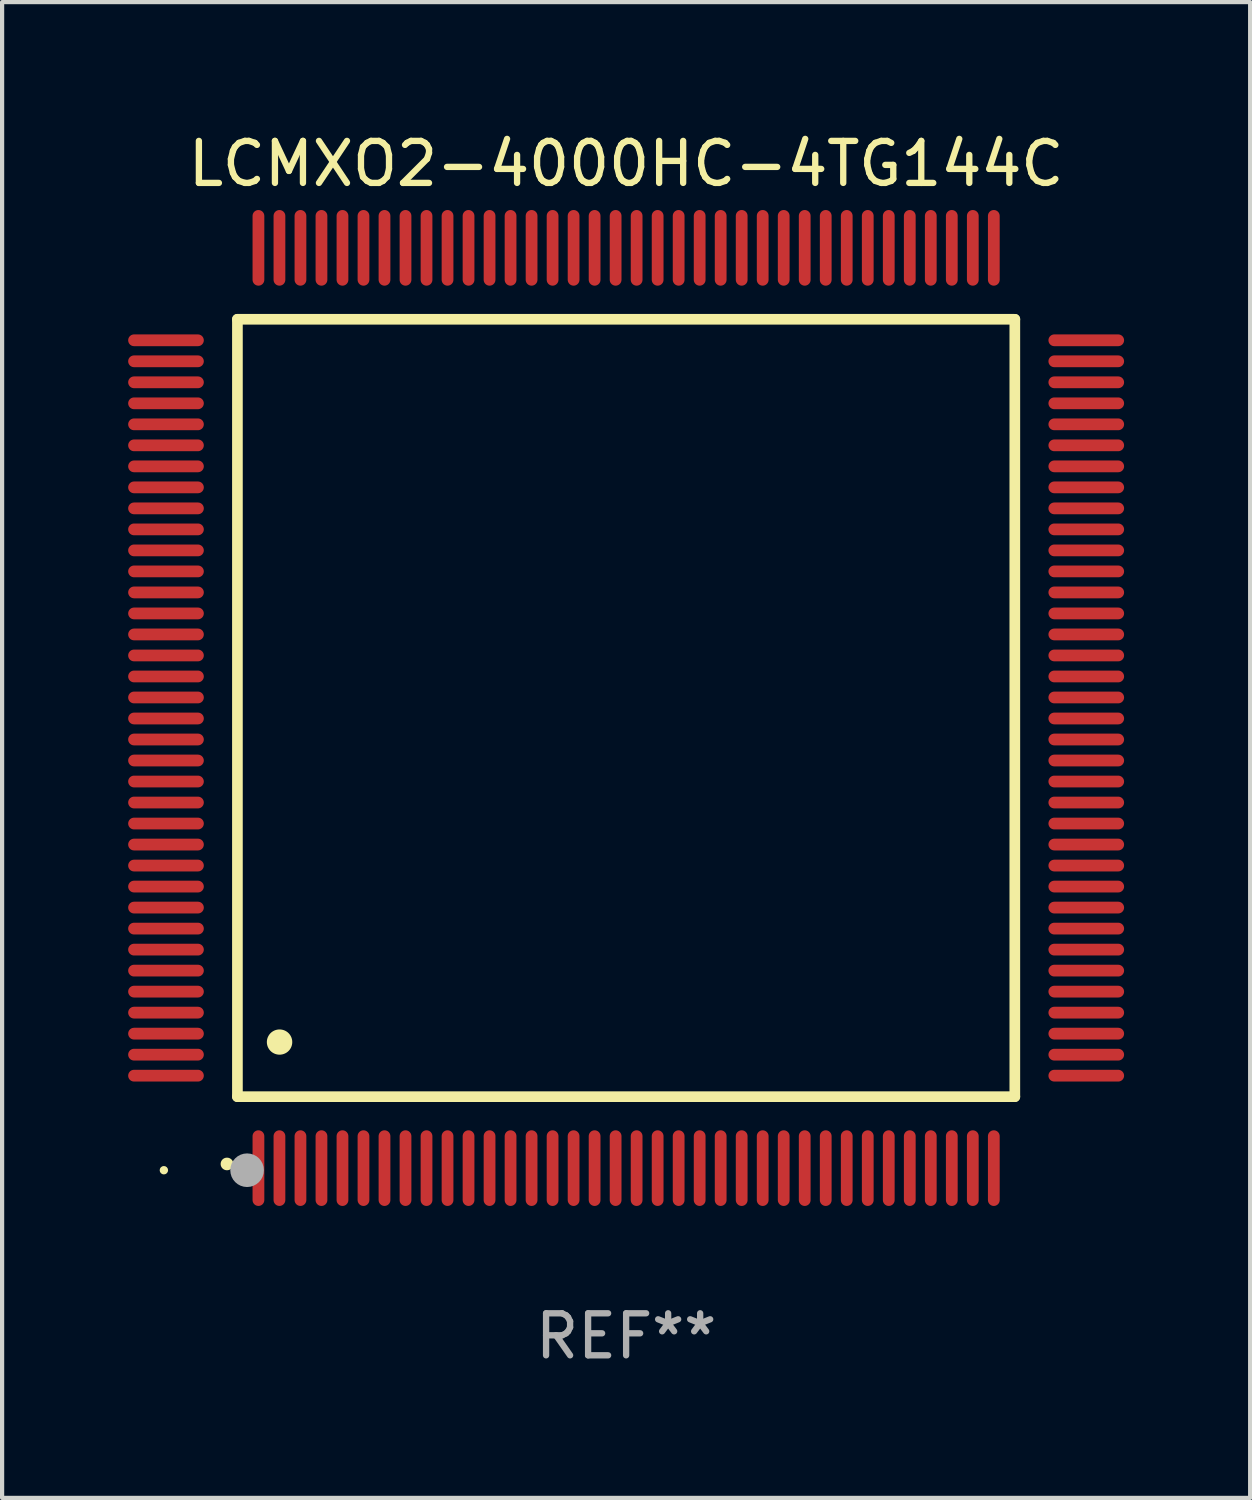
<source format=kicad_pcb>
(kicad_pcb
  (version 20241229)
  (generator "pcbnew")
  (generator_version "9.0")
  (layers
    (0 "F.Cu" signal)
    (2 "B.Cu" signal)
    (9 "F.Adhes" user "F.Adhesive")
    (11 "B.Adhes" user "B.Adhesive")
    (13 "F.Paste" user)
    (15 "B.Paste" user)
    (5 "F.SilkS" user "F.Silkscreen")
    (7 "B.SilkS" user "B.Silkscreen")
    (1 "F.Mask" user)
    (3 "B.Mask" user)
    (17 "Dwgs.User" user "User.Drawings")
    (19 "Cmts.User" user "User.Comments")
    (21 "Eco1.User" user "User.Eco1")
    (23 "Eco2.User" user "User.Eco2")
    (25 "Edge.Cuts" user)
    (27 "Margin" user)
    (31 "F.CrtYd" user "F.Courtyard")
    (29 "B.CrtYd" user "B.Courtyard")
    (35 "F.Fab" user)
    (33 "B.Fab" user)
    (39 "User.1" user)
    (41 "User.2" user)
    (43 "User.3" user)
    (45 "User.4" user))
  (footprint "LCMXO2-4000HC-4TG144C"
    (layer "F.Cu")
    (at 11.85 13.798)
    (property "Reference" "LCMXO2-4000HC-4TG144C" (at 0 -12.95 0) (layer "F.SilkS") (effects (font (size 1 1) (thickness 0.15))))
    (attr through_hole)
    (fp_line (start -9.25 -9.25) (end -9.25 9.25) (stroke (width 0.254) (type solid)) (layer "F.SilkS"))
    (fp_line (start -9.25 9.25) (end 9.25 9.25) (stroke (width 0.254) (type solid)) (layer "F.SilkS"))
    (fp_line (start 9.25 -9.25) (end -9.25 -9.25) (stroke (width 0.254) (type solid)) (layer "F.SilkS"))
    (fp_line (start 9.25 9.25) (end 9.25 -9.25) (stroke (width 0.254) (type solid)) (layer "F.SilkS"))
    (fp_arc (start -9.499619 10.850902) (mid -9.498349 10.850897) (end -9.497079 10.850902) (stroke (width 0.3) (type solid)) (layer "F.SilkS"))
    (fp_arc (start -8.249936 7.950216) (mid -8.247396 7.950205) (end -8.244856 7.950216) (stroke (width 0.6) (type solid)) (layer "F.SilkS"))
    (fp_circle (center -11 11) (end -10.95 11) (stroke (width 0.1) (type solid)) (fill no) (layer "F.SilkS"))
    (fp_circle (center -9.02 11) (end -8.82 11) (stroke (width 0.4) (type solid)) (fill no) (layer "F.Fab"))
    (fp_text user "REF**" (at 0 14.95 0) (layer "F.Fab") (effects (font (size 1 1) (thickness 0.15))))
    (pad "1" smd oval (at -8.75 10.95) (size 0.28 1.8) (layers "F.Cu" "F.Mask" "F.Paste"))
    (pad "2" smd oval (at -8.25 10.95) (size 0.28 1.8) (layers "F.Cu" "F.Mask" "F.Paste"))
    (pad "3" smd oval (at -7.75 10.95) (size 0.28 1.8) (layers "F.Cu" "F.Mask" "F.Paste"))
    (pad "4" smd oval (at -7.25 10.95) (size 0.28 1.8) (layers "F.Cu" "F.Mask" "F.Paste"))
    (pad "5" smd oval (at -6.75 10.95) (size 0.28 1.8) (layers "F.Cu" "F.Mask" "F.Paste"))
    (pad "6" smd oval (at -6.25 10.95) (size 0.28 1.8) (layers "F.Cu" "F.Mask" "F.Paste"))
    (pad "7" smd oval (at -5.75 10.95) (size 0.28 1.8) (layers "F.Cu" "F.Mask" "F.Paste"))
    (pad "8" smd oval (at -5.25 10.95) (size 0.28 1.8) (layers "F.Cu" "F.Mask" "F.Paste"))
    (pad "9" smd oval (at -4.75 10.95) (size 0.28 1.8) (layers "F.Cu" "F.Mask" "F.Paste"))
    (pad "10" smd oval (at -4.25 10.95) (size 0.28 1.8) (layers "F.Cu" "F.Mask" "F.Paste"))
    (pad "11" smd oval (at -3.75 10.95) (size 0.28 1.8) (layers "F.Cu" "F.Mask" "F.Paste"))
    (pad "12" smd oval (at -3.25 10.95) (size 0.28 1.8) (layers "F.Cu" "F.Mask" "F.Paste"))
    (pad "13" smd oval (at -2.75 10.95) (size 0.28 1.8) (layers "F.Cu" "F.Mask" "F.Paste"))
    (pad "14" smd oval (at -2.25 10.95) (size 0.28 1.8) (layers "F.Cu" "F.Mask" "F.Paste"))
    (pad "15" smd oval (at -1.75 10.95) (size 0.28 1.8) (layers "F.Cu" "F.Mask" "F.Paste"))
    (pad "16" smd oval (at -1.25 10.95) (size 0.28 1.8) (layers "F.Cu" "F.Mask" "F.Paste"))
    (pad "17" smd oval (at -0.75 10.95) (size 0.28 1.8) (layers "F.Cu" "F.Mask" "F.Paste"))
    (pad "18" smd oval (at -0.25 10.95) (size 0.28 1.8) (layers "F.Cu" "F.Mask" "F.Paste"))
    (pad "19" smd oval (at 0.25 10.95) (size 0.28 1.8) (layers "F.Cu" "F.Mask" "F.Paste"))
    (pad "20" smd oval (at 0.75 10.95) (size 0.28 1.8) (layers "F.Cu" "F.Mask" "F.Paste"))
    (pad "21" smd oval (at 1.25 10.95) (size 0.28 1.8) (layers "F.Cu" "F.Mask" "F.Paste"))
    (pad "22" smd oval (at 1.75 10.95) (size 0.28 1.8) (layers "F.Cu" "F.Mask" "F.Paste"))
    (pad "23" smd oval (at 2.25 10.95) (size 0.28 1.8) (layers "F.Cu" "F.Mask" "F.Paste"))
    (pad "24" smd oval (at 2.75 10.95) (size 0.28 1.8) (layers "F.Cu" "F.Mask" "F.Paste"))
    (pad "25" smd oval (at 3.25 10.95) (size 0.28 1.8) (layers "F.Cu" "F.Mask" "F.Paste"))
    (pad "26" smd oval (at 3.75 10.95) (size 0.28 1.8) (layers "F.Cu" "F.Mask" "F.Paste"))
    (pad "27" smd oval (at 4.25 10.95) (size 0.28 1.8) (layers "F.Cu" "F.Mask" "F.Paste"))
    (pad "28" smd oval (at 4.75 10.95) (size 0.28 1.8) (layers "F.Cu" "F.Mask" "F.Paste"))
    (pad "29" smd oval (at 5.25 10.95) (size 0.28 1.8) (layers "F.Cu" "F.Mask" "F.Paste"))
    (pad "30" smd oval (at 5.75 10.95) (size 0.28 1.8) (layers "F.Cu" "F.Mask" "F.Paste"))
    (pad "31" smd oval (at 6.25 10.95) (size 0.28 1.8) (layers "F.Cu" "F.Mask" "F.Paste"))
    (pad "32" smd oval (at 6.75 10.95) (size 0.28 1.8) (layers "F.Cu" "F.Mask" "F.Paste"))
    (pad "33" smd oval (at 7.25 10.95) (size 0.28 1.8) (layers "F.Cu" "F.Mask" "F.Paste"))
    (pad "34" smd oval (at 7.75 10.95) (size 0.28 1.8) (layers "F.Cu" "F.Mask" "F.Paste"))
    (pad "35" smd oval (at 8.25 10.95) (size 0.28 1.8) (layers "F.Cu" "F.Mask" "F.Paste"))
    (pad "36" smd oval (at 8.75 10.95) (size 0.28 1.8) (layers "F.Cu" "F.Mask" "F.Paste"))
    (pad "37" smd oval (at 10.95 8.75) (size 1.8 0.28) (layers "F.Cu" "F.Mask" "F.Paste"))
    (pad "38" smd oval (at 10.95 8.25) (size 1.8 0.28) (layers "F.Cu" "F.Mask" "F.Paste"))
    (pad "39" smd oval (at 10.95 7.75) (size 1.8 0.28) (layers "F.Cu" "F.Mask" "F.Paste"))
    (pad "40" smd oval (at 10.95 7.25) (size 1.8 0.28) (layers "F.Cu" "F.Mask" "F.Paste"))
    (pad "41" smd oval (at 10.95 6.75) (size 1.8 0.28) (layers "F.Cu" "F.Mask" "F.Paste"))
    (pad "42" smd oval (at 10.95 6.25) (size 1.8 0.28) (layers "F.Cu" "F.Mask" "F.Paste"))
    (pad "43" smd oval (at 10.95 5.75) (size 1.8 0.28) (layers "F.Cu" "F.Mask" "F.Paste"))
    (pad "44" smd oval (at 10.95 5.25) (size 1.8 0.28) (layers "F.Cu" "F.Mask" "F.Paste"))
    (pad "45" smd oval (at 10.95 4.75) (size 1.8 0.28) (layers "F.Cu" "F.Mask" "F.Paste"))
    (pad "46" smd oval (at 10.95 4.25) (size 1.8 0.28) (layers "F.Cu" "F.Mask" "F.Paste"))
    (pad "47" smd oval (at 10.95 3.75) (size 1.8 0.28) (layers "F.Cu" "F.Mask" "F.Paste"))
    (pad "48" smd oval (at 10.95 3.25) (size 1.8 0.28) (layers "F.Cu" "F.Mask" "F.Paste"))
    (pad "49" smd oval (at 10.95 2.75) (size 1.8 0.28) (layers "F.Cu" "F.Mask" "F.Paste"))
    (pad "50" smd oval (at 10.95 2.25) (size 1.8 0.28) (layers "F.Cu" "F.Mask" "F.Paste"))
    (pad "51" smd oval (at 10.95 1.75) (size 1.8 0.28) (layers "F.Cu" "F.Mask" "F.Paste"))
    (pad "52" smd oval (at 10.95 1.25) (size 1.8 0.28) (layers "F.Cu" "F.Mask" "F.Paste"))
    (pad "53" smd oval (at 10.95 0.75) (size 1.8 0.28) (layers "F.Cu" "F.Mask" "F.Paste"))
    (pad "54" smd oval (at 10.95 0.25) (size 1.8 0.28) (layers "F.Cu" "F.Mask" "F.Paste"))
    (pad "55" smd oval (at 10.95 -0.25) (size 1.8 0.28) (layers "F.Cu" "F.Mask" "F.Paste"))
    (pad "56" smd oval (at 10.95 -0.75) (size 1.8 0.28) (layers "F.Cu" "F.Mask" "F.Paste"))
    (pad "57" smd oval (at 10.95 -1.25) (size 1.8 0.28) (layers "F.Cu" "F.Mask" "F.Paste"))
    (pad "58" smd oval (at 10.95 -1.75) (size 1.8 0.28) (layers "F.Cu" "F.Mask" "F.Paste"))
    (pad "59" smd oval (at 10.95 -2.25) (size 1.8 0.28) (layers "F.Cu" "F.Mask" "F.Paste"))
    (pad "60" smd oval (at 10.95 -2.75) (size 1.8 0.28) (layers "F.Cu" "F.Mask" "F.Paste"))
    (pad "61" smd oval (at 10.95 -3.25) (size 1.8 0.28) (layers "F.Cu" "F.Mask" "F.Paste"))
    (pad "62" smd oval (at 10.95 -3.75) (size 1.8 0.28) (layers "F.Cu" "F.Mask" "F.Paste"))
    (pad "63" smd oval (at 10.95 -4.25) (size 1.8 0.28) (layers "F.Cu" "F.Mask" "F.Paste"))
    (pad "64" smd oval (at 10.95 -4.75) (size 1.8 0.28) (layers "F.Cu" "F.Mask" "F.Paste"))
    (pad "65" smd oval (at 10.95 -5.25) (size 1.8 0.28) (layers "F.Cu" "F.Mask" "F.Paste"))
    (pad "66" smd oval (at 10.95 -5.75) (size 1.8 0.28) (layers "F.Cu" "F.Mask" "F.Paste"))
    (pad "67" smd oval (at 10.95 -6.25) (size 1.8 0.28) (layers "F.Cu" "F.Mask" "F.Paste"))
    (pad "68" smd oval (at 10.95 -6.75) (size 1.8 0.28) (layers "F.Cu" "F.Mask" "F.Paste"))
    (pad "69" smd oval (at 10.95 -7.25) (size 1.8 0.28) (layers "F.Cu" "F.Mask" "F.Paste"))
    (pad "70" smd oval (at 10.95 -7.75) (size 1.8 0.28) (layers "F.Cu" "F.Mask" "F.Paste"))
    (pad "71" smd oval (at 10.95 -8.25) (size 1.8 0.28) (layers "F.Cu" "F.Mask" "F.Paste"))
    (pad "72" smd oval (at 10.95 -8.75) (size 1.8 0.28) (layers "F.Cu" "F.Mask" "F.Paste"))
    (pad "73" smd oval (at 8.75 -10.95) (size 0.28 1.8) (layers "F.Cu" "F.Mask" "F.Paste"))
    (pad "74" smd oval (at 8.25 -10.95) (size 0.28 1.8) (layers "F.Cu" "F.Mask" "F.Paste"))
    (pad "75" smd oval (at 7.75 -10.95) (size 0.28 1.8) (layers "F.Cu" "F.Mask" "F.Paste"))
    (pad "76" smd oval (at 7.25 -10.95) (size 0.28 1.8) (layers "F.Cu" "F.Mask" "F.Paste"))
    (pad "77" smd oval (at 6.75 -10.95) (size 0.28 1.8) (layers "F.Cu" "F.Mask" "F.Paste"))
    (pad "78" smd oval (at 6.25 -10.95) (size 0.28 1.8) (layers "F.Cu" "F.Mask" "F.Paste"))
    (pad "79" smd oval (at 5.75 -10.95) (size 0.28 1.8) (layers "F.Cu" "F.Mask" "F.Paste"))
    (pad "80" smd oval (at 5.25 -10.95) (size 0.28 1.8) (layers "F.Cu" "F.Mask" "F.Paste"))
    (pad "81" smd oval (at 4.75 -10.95) (size 0.28 1.8) (layers "F.Cu" "F.Mask" "F.Paste"))
    (pad "82" smd oval (at 4.25 -10.95) (size 0.28 1.8) (layers "F.Cu" "F.Mask" "F.Paste"))
    (pad "83" smd oval (at 3.75 -10.95) (size 0.28 1.8) (layers "F.Cu" "F.Mask" "F.Paste"))
    (pad "84" smd oval (at 3.25 -10.95) (size 0.28 1.8) (layers "F.Cu" "F.Mask" "F.Paste"))
    (pad "85" smd oval (at 2.75 -10.95) (size 0.28 1.8) (layers "F.Cu" "F.Mask" "F.Paste"))
    (pad "86" smd oval (at 2.25 -10.95) (size 0.28 1.8) (layers "F.Cu" "F.Mask" "F.Paste"))
    (pad "87" smd oval (at 1.75 -10.95) (size 0.28 1.8) (layers "F.Cu" "F.Mask" "F.Paste"))
    (pad "88" smd oval (at 1.25 -10.95) (size 0.28 1.8) (layers "F.Cu" "F.Mask" "F.Paste"))
    (pad "89" smd oval (at 0.75 -10.95) (size 0.28 1.8) (layers "F.Cu" "F.Mask" "F.Paste"))
    (pad "90" smd oval (at 0.25 -10.95) (size 0.28 1.8) (layers "F.Cu" "F.Mask" "F.Paste"))
    (pad "91" smd oval (at -0.25 -10.95) (size 0.28 1.8) (layers "F.Cu" "F.Mask" "F.Paste"))
    (pad "92" smd oval (at -0.75 -10.95) (size 0.28 1.8) (layers "F.Cu" "F.Mask" "F.Paste"))
    (pad "93" smd oval (at -1.25 -10.95) (size 0.28 1.8) (layers "F.Cu" "F.Mask" "F.Paste"))
    (pad "94" smd oval (at -1.75 -10.95) (size 0.28 1.8) (layers "F.Cu" "F.Mask" "F.Paste"))
    (pad "95" smd oval (at -2.25 -10.95) (size 0.28 1.8) (layers "F.Cu" "F.Mask" "F.Paste"))
    (pad "96" smd oval (at -2.75 -10.95) (size 0.28 1.8) (layers "F.Cu" "F.Mask" "F.Paste"))
    (pad "97" smd oval (at -3.25 -10.95) (size 0.28 1.8) (layers "F.Cu" "F.Mask" "F.Paste"))
    (pad "98" smd oval (at -3.75 -10.95) (size 0.28 1.8) (layers "F.Cu" "F.Mask" "F.Paste"))
    (pad "99" smd oval (at -4.25 -10.95) (size 0.28 1.8) (layers "F.Cu" "F.Mask" "F.Paste"))
    (pad "100" smd oval (at -4.75 -10.95) (size 0.28 1.8) (layers "F.Cu" "F.Mask" "F.Paste"))
    (pad "101" smd oval (at -5.25 -10.95) (size 0.28 1.8) (layers "F.Cu" "F.Mask" "F.Paste"))
    (pad "102" smd oval (at -5.75 -10.95) (size 0.28 1.8) (layers "F.Cu" "F.Mask" "F.Paste"))
    (pad "103" smd oval (at -6.25 -10.95) (size 0.28 1.8) (layers "F.Cu" "F.Mask" "F.Paste"))
    (pad "104" smd oval (at -6.75 -10.95) (size 0.28 1.8) (layers "F.Cu" "F.Mask" "F.Paste"))
    (pad "105" smd oval (at -7.25 -10.95) (size 0.28 1.8) (layers "F.Cu" "F.Mask" "F.Paste"))
    (pad "106" smd oval (at -7.75 -10.95) (size 0.28 1.8) (layers "F.Cu" "F.Mask" "F.Paste"))
    (pad "107" smd oval (at -8.25 -10.95) (size 0.28 1.8) (layers "F.Cu" "F.Mask" "F.Paste"))
    (pad "108" smd oval (at -8.75 -10.95) (size 0.28 1.8) (layers "F.Cu" "F.Mask" "F.Paste"))
    (pad "109" smd oval (at -10.95 -8.75) (size 1.8 0.28) (layers "F.Cu" "F.Mask" "F.Paste"))
    (pad "110" smd oval (at -10.95 -8.25) (size 1.8 0.28) (layers "F.Cu" "F.Mask" "F.Paste"))
    (pad "111" smd oval (at -10.95 -7.75) (size 1.8 0.28) (layers "F.Cu" "F.Mask" "F.Paste"))
    (pad "112" smd oval (at -10.95 -7.25) (size 1.8 0.28) (layers "F.Cu" "F.Mask" "F.Paste"))
    (pad "113" smd oval (at -10.95 -6.75) (size 1.8 0.28) (layers "F.Cu" "F.Mask" "F.Paste"))
    (pad "114" smd oval (at -10.95 -6.25) (size 1.8 0.28) (layers "F.Cu" "F.Mask" "F.Paste"))
    (pad "115" smd oval (at -10.95 -5.75) (size 1.8 0.28) (layers "F.Cu" "F.Mask" "F.Paste"))
    (pad "116" smd oval (at -10.95 -5.25) (size 1.8 0.28) (layers "F.Cu" "F.Mask" "F.Paste"))
    (pad "117" smd oval (at -10.95 -4.75) (size 1.8 0.28) (layers "F.Cu" "F.Mask" "F.Paste"))
    (pad "118" smd oval (at -10.95 -4.25) (size 1.8 0.28) (layers "F.Cu" "F.Mask" "F.Paste"))
    (pad "119" smd oval (at -10.95 -3.75) (size 1.8 0.28) (layers "F.Cu" "F.Mask" "F.Paste"))
    (pad "120" smd oval (at -10.95 -3.25) (size 1.8 0.28) (layers "F.Cu" "F.Mask" "F.Paste"))
    (pad "121" smd oval (at -10.95 -2.75) (size 1.8 0.28) (layers "F.Cu" "F.Mask" "F.Paste"))
    (pad "122" smd oval (at -10.95 -2.25) (size 1.8 0.28) (layers "F.Cu" "F.Mask" "F.Paste"))
    (pad "123" smd oval (at -10.95 -1.75) (size 1.8 0.28) (layers "F.Cu" "F.Mask" "F.Paste"))
    (pad "124" smd oval (at -10.95 -1.25) (size 1.8 0.28) (layers "F.Cu" "F.Mask" "F.Paste"))
    (pad "125" smd oval (at -10.95 -0.75) (size 1.8 0.28) (layers "F.Cu" "F.Mask" "F.Paste"))
    (pad "126" smd oval (at -10.95 -0.25) (size 1.8 0.28) (layers "F.Cu" "F.Mask" "F.Paste"))
    (pad "127" smd oval (at -10.95 0.25) (size 1.8 0.28) (layers "F.Cu" "F.Mask" "F.Paste"))
    (pad "128" smd oval (at -10.95 0.75) (size 1.8 0.28) (layers "F.Cu" "F.Mask" "F.Paste"))
    (pad "129" smd oval (at -10.95 1.25) (size 1.8 0.28) (layers "F.Cu" "F.Mask" "F.Paste"))
    (pad "130" smd oval (at -10.95 1.75) (size 1.8 0.28) (layers "F.Cu" "F.Mask" "F.Paste"))
    (pad "131" smd oval (at -10.95 2.25) (size 1.8 0.28) (layers "F.Cu" "F.Mask" "F.Paste"))
    (pad "132" smd oval (at -10.95 2.75) (size 1.8 0.28) (layers "F.Cu" "F.Mask" "F.Paste"))
    (pad "133" smd oval (at -10.95 3.25) (size 1.8 0.28) (layers "F.Cu" "F.Mask" "F.Paste"))
    (pad "134" smd oval (at -10.95 3.75) (size 1.8 0.28) (layers "F.Cu" "F.Mask" "F.Paste"))
    (pad "135" smd oval (at -10.95 4.25) (size 1.8 0.28) (layers "F.Cu" "F.Mask" "F.Paste"))
    (pad "136" smd oval (at -10.95 4.75) (size 1.8 0.28) (layers "F.Cu" "F.Mask" "F.Paste"))
    (pad "137" smd oval (at -10.95 5.25) (size 1.8 0.28) (layers "F.Cu" "F.Mask" "F.Paste"))
    (pad "138" smd oval (at -10.95 5.75) (size 1.8 0.28) (layers "F.Cu" "F.Mask" "F.Paste"))
    (pad "139" smd oval (at -10.95 6.25) (size 1.8 0.28) (layers "F.Cu" "F.Mask" "F.Paste"))
    (pad "140" smd oval (at -10.95 6.75) (size 1.8 0.28) (layers "F.Cu" "F.Mask" "F.Paste"))
    (pad "141" smd oval (at -10.95 7.25) (size 1.8 0.28) (layers "F.Cu" "F.Mask" "F.Paste"))
    (pad "142" smd oval (at -10.95 7.75) (size 1.8 0.28) (layers "F.Cu" "F.Mask" "F.Paste"))
    (pad "143" smd oval (at -10.95 8.25) (size 1.8 0.28) (layers "F.Cu" "F.Mask" "F.Paste"))
    (pad "144" smd oval (at -10.95 8.75) (size 1.8 0.28) (layers "F.Cu" "F.Mask" "F.Paste")))
  (gr_rect
    (start -3 -3)
    (end 26.7 32.596)
    (stroke (width 0.1) (type default))
    (fill no)
    (layer "Edge.Cuts")))
</source>
